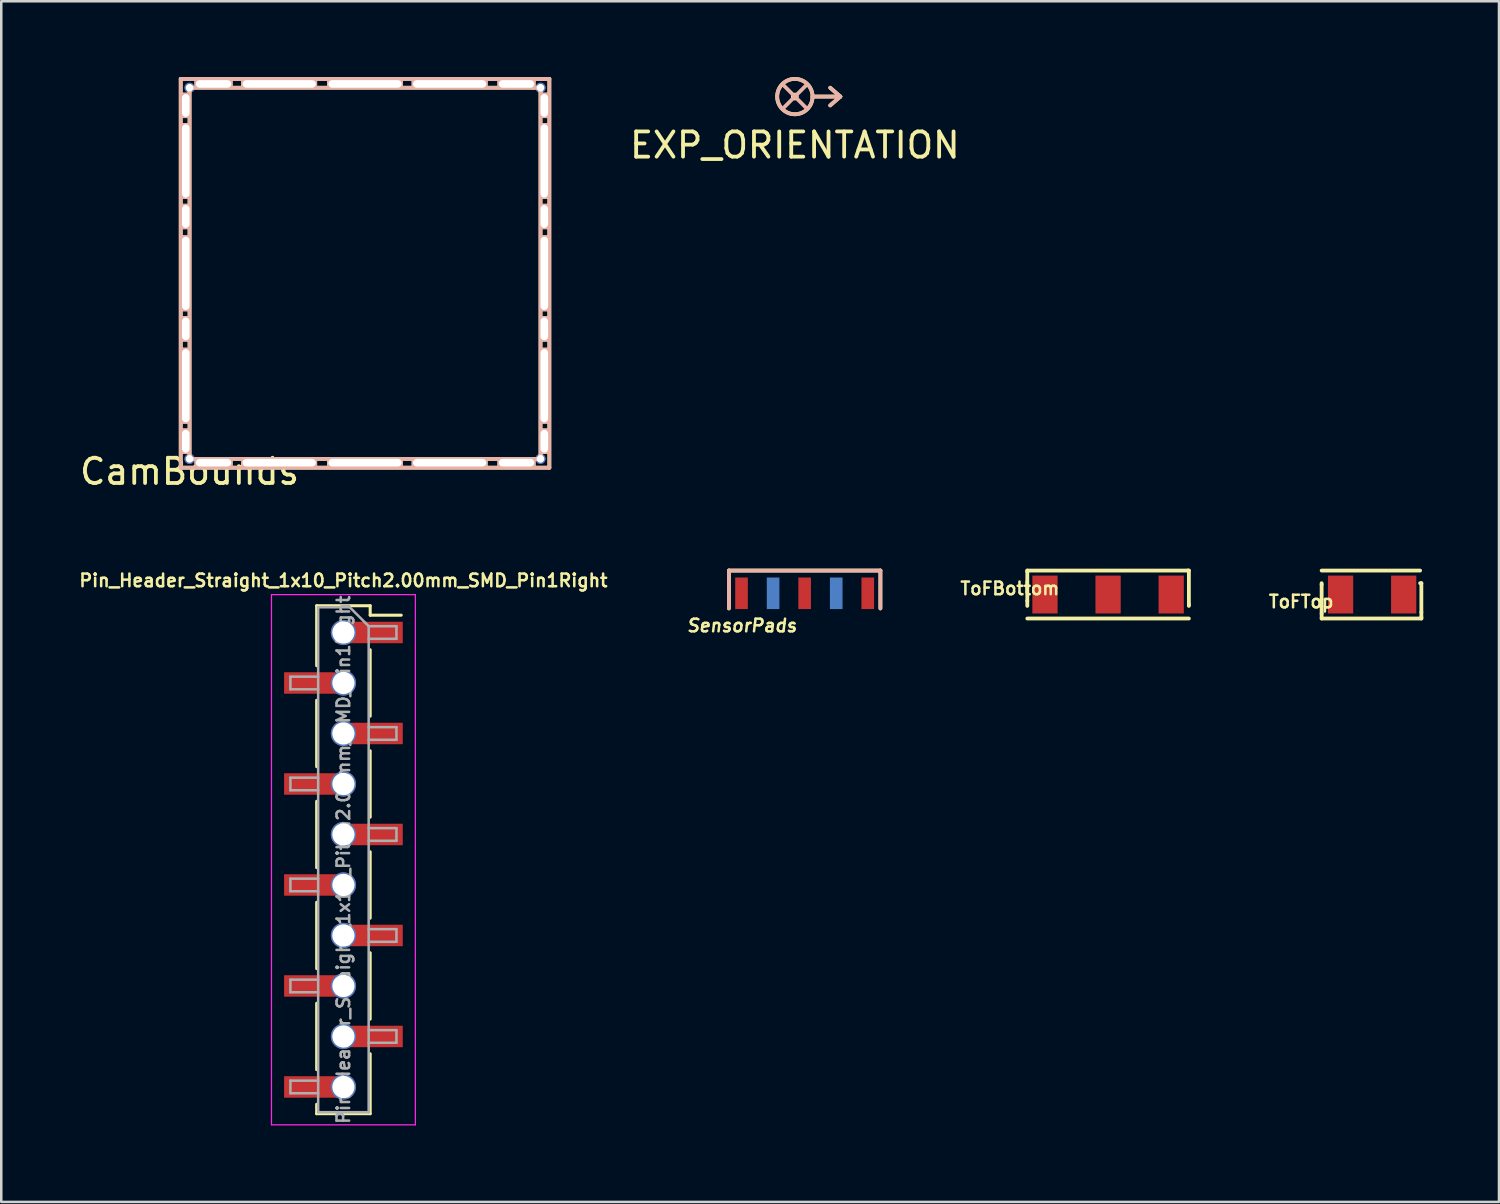
<source format=kicad_pcb>
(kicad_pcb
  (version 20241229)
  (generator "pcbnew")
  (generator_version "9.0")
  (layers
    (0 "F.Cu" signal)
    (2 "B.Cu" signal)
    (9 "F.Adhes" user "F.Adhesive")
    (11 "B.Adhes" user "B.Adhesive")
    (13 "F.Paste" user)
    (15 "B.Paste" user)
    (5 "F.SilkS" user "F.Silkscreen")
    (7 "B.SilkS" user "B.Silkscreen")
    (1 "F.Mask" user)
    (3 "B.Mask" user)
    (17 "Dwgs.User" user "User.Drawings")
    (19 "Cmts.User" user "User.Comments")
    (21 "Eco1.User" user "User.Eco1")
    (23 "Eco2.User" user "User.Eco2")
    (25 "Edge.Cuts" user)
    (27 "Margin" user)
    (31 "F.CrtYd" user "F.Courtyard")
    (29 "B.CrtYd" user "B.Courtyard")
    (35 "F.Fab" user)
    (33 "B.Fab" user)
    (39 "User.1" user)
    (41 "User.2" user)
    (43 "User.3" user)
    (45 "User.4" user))
  (footprint "CamBounds"
    (layer "F.Cu")
    (at 4.458 15.125)
    (property "Reference" "CamBounds" (at 0 0.5 0) (layer "F.SilkS") (effects (font (size 1 1) (thickness 0.15))))
    (attr through_hole)
    (fp_line (start -0.35 -15.05) (end 14.25 -15.05) (stroke (width 0.15) (type solid)) (layer "F.SilkS"))
    (fp_line (start -0.35 0.35) (end -0.35 -15.05) (stroke (width 0.15) (type solid)) (layer "F.SilkS"))
    (fp_line (start 0 -14.7) (end 13.6 -14.7) (stroke (width 0.15) (type solid)) (layer "F.SilkS"))
    (fp_line (start 0 0) (end 0 -14.7) (stroke (width 0.15) (type solid)) (layer "F.SilkS"))
    (fp_line (start 13.6 -14.7) (end 13.9 -14.7) (stroke (width 0.15) (type solid)) (layer "F.SilkS"))
    (fp_line (start 13.9 -14.7) (end 13.9 0) (stroke (width 0.15) (type solid)) (layer "F.SilkS"))
    (fp_line (start 13.9 0) (end 0 0) (stroke (width 0.15) (type solid)) (layer "F.SilkS"))
    (fp_line (start 14.25 -15.05) (end 14.25 0.35) (stroke (width 0.15) (type solid)) (layer "F.SilkS"))
    (fp_line (start 14.25 0.35) (end -0.35 0.35) (stroke (width 0.15) (type solid)) (layer "F.SilkS"))
    (fp_line (start -0.35 -15.05) (end -0.35 0.35) (stroke (width 0.15) (type solid)) (layer "B.SilkS"))
    (fp_line (start -0.35 0.35) (end 14.25 0.35) (stroke (width 0.15) (type solid)) (layer "B.SilkS"))
    (fp_line (start 0 -14.7) (end 13.9 -14.7) (stroke (width 0.15) (type solid)) (layer "B.SilkS"))
    (fp_line (start 0 0) (end 0 -14.7) (stroke (width 0.15) (type solid)) (layer "B.SilkS"))
    (fp_line (start 13.9 -14.7) (end 13.9 0) (stroke (width 0.15) (type solid)) (layer "B.SilkS"))
    (fp_line (start 13.9 0) (end 0 0) (stroke (width 0.15) (type solid)) (layer "B.SilkS"))
    (fp_line (start 14.25 -15.05) (end -0.35 -15.05) (stroke (width 0.15) (type solid)) (layer "B.SilkS"))
    (fp_line (start 14.25 0.35) (end 14.25 -15.05) (stroke (width 0.15) (type solid)) (layer "B.SilkS"))
    (pad "" thru_hole rect (at -0.15 -14) (size 0.4 1) (drill oval 0.3 0.9) (layers "*.Cu" "*.Paste" "*.SilkS" "*.Mask"))
    (pad "" thru_hole rect (at -0.15 -11.8) (size 0.4 3) (drill oval 0.3 2.9) (layers "*.Cu" "*.Paste" "*.SilkS" "*.Mask"))
    (pad "" thru_hole rect (at -0.15 -9.6) (size 0.4 1) (drill oval 0.3 0.9) (layers "*.Cu" "*.Paste" "*.SilkS" "*.Mask"))
    (pad "" thru_hole rect (at -0.15 -7.35) (size 0.4 3) (drill oval 0.3 2.9) (layers "*.Cu" "*.Paste" "*.SilkS" "*.Mask"))
    (pad "" thru_hole rect (at -0.15 -5.15) (size 0.4 1) (drill oval 0.3 0.9) (layers "*.Cu" "*.Paste" "*.SilkS" "*.Mask"))
    (pad "" thru_hole rect (at -0.15 -2.9) (size 0.4 3) (drill oval 0.3 2.9) (layers "*.Cu" "*.Paste" "*.SilkS" "*.Mask"))
    (pad "" thru_hole rect (at -0.15 -0.7) (size 0.4 1) (drill oval 0.3 0.9) (layers "*.Cu" "*.Paste" "*.SilkS" "*.Mask"))
    (pad "" thru_hole circle (at 0 -14.7) (size 0.4 0.4) (drill 0.3) (layers "*.Cu" "*.Mask"))
    (pad "" thru_hole circle (at 0 0) (size 0.4 0.4) (drill 0.3) (layers "*.Cu" "*.Mask"))
    (pad "" thru_hole rect (at 0.95 -14.85) (size 1.5 0.4) (drill oval 1.4 0.3) (layers "*.Cu" "*.Paste" "*.SilkS" "*.Mask"))
    (pad "" thru_hole rect (at 0.95 0.15) (size 1.5 0.4) (drill oval 1.4 0.3) (layers "*.Cu" "*.Paste" "*.SilkS" "*.Mask"))
    (pad "" thru_hole rect (at 3.55 -14.85) (size 3 0.4) (drill oval 2.9 0.3) (layers "*.Cu" "*.Paste" "*.SilkS" "*.Mask"))
    (pad "" thru_hole rect (at 3.55 0.15) (size 3 0.4) (drill oval 2.9 0.3) (layers "*.Cu" "*.Paste" "*.SilkS" "*.Mask"))
    (pad "" thru_hole rect (at 6.95 -14.85) (size 3 0.4) (drill oval 2.9 0.3) (layers "*.Cu" "*.Paste" "*.SilkS" "*.Mask"))
    (pad "" thru_hole rect (at 6.95 0.15) (size 3 0.4) (drill oval 2.9 0.3) (layers "*.Cu" "*.Paste" "*.SilkS" "*.Mask"))
    (pad "" thru_hole rect (at 10.3 -14.85) (size 3 0.4) (drill oval 2.9 0.3) (layers "*.Cu" "*.Paste" "*.SilkS" "*.Mask"))
    (pad "" thru_hole rect (at 10.3 0.15) (size 3 0.4) (drill oval 2.9 0.3) (layers "*.Cu" "*.Paste" "*.SilkS" "*.Mask"))
    (pad "" thru_hole rect (at 12.95 -14.85) (size 1.5 0.4) (drill oval 1.4 0.3) (layers "*.Cu" "*.Paste" "*.SilkS" "*.Mask"))
    (pad "" thru_hole rect (at 12.95 0.15) (size 1.5 0.4) (drill oval 1.4 0.3) (layers "*.Cu" "*.Paste" "*.SilkS" "*.Mask"))
    (pad "" thru_hole circle (at 13.9 -14.7) (size 0.4 0.4) (drill 0.3) (layers "*.Cu" "*.Mask"))
    (pad "" thru_hole circle (at 13.9 0) (size 0.4 0.4) (drill 0.3) (layers "*.Cu" "*.Mask"))
    (pad "" thru_hole rect (at 14.05 -14) (size 0.4 1) (drill oval 0.3 0.9) (layers "*.Cu" "*.Paste" "*.SilkS" "*.Mask"))
    (pad "" thru_hole rect (at 14.05 -11.8) (size 0.4 3) (drill oval 0.3 2.9) (layers "*.Cu" "*.Paste" "*.SilkS" "*.Mask"))
    (pad "" thru_hole rect (at 14.05 -9.6) (size 0.4 1) (drill oval 0.3 0.9) (layers "*.Cu" "*.Paste" "*.SilkS" "*.Mask"))
    (pad "" thru_hole rect (at 14.05 -7.35) (size 0.4 3) (drill oval 0.3 2.9) (layers "*.Cu" "*.Paste" "*.SilkS" "*.Mask"))
    (pad "" thru_hole rect (at 14.05 -5.15) (size 0.4 1) (drill oval 0.3 0.9) (layers "*.Cu" "*.Paste" "*.SilkS" "*.Mask"))
    (pad "" thru_hole rect (at 14.05 -2.9) (size 0.4 3) (drill oval 0.3 2.9) (layers "*.Cu" "*.Paste" "*.SilkS" "*.Mask"))
    (pad "" thru_hole rect (at 14.05 -0.7) (size 0.4 1) (drill oval 0.3 0.9) (layers "*.Cu" "*.Paste" "*.SilkS" "*.Mask")))
  (footprint "ToFTop"
    (layer "F.Cu")
    (at 51.296 20.748)
    (property "Reference" "ToFTop" (at -2.81 0.03 0) (layer "F.SilkS") (effects (font (size 0.5 0.5) (thickness 0.1))))
    (attr through_hole)
    (fp_line (start -2 -1.2) (end 1.9 -1.2) (stroke (width 0.15) (type solid)) (layer "F.SilkS"))
    (fp_line (start -2 -0.65) (end -2 -0.7) (stroke (width 0.15) (type solid)) (layer "F.SilkS"))
    (fp_line (start -2 0.5) (end -2 -0.65) (stroke (width 0.15) (type solid)) (layer "F.SilkS"))
    (fp_line (start -2 0.7) (end -2 0.5) (stroke (width 0.15) (type solid)) (layer "F.SilkS"))
    (fp_line (start 1.9 -0.7) (end 1.95 -0.7) (stroke (width 0.15) (type solid)) (layer "F.SilkS"))
    (fp_line (start 1.95 -0.7) (end 1.95 0.45) (stroke (width 0.15) (type solid)) (layer "F.SilkS"))
    (fp_line (start 1.95 0.45) (end 1.95 0.65) (stroke (width 0.15) (type solid)) (layer "F.SilkS"))
    (fp_line (start 1.95 0.65) (end 1.95 0.7) (stroke (width 0.15) (type solid)) (layer "F.SilkS"))
    (fp_line (start 1.95 0.7) (end -2 0.7) (stroke (width 0.15) (type solid)) (layer "F.SilkS"))
    (pad "1" smd rect (at -1.25 -0.25) (size 1 1.5) (layers "F.Cu" "F.Mask" "F.Paste"))
    (pad "2" smd rect (at 1.25 -0.25) (size 1 1.5) (layers "F.Cu" "F.Mask" "F.Paste")))
  (footprint "EXP_ORIENTATION"
    (layer "F.Cu")
    (at 28.432 0.775)
    (property "Reference" "EXP_ORIENTATION" (at 0 1.925 0) (layer "F.SilkS") (effects (font (size 1 1) (thickness 0.15))))
    (attr through_hole)
    (fp_line (start 0.7 0) (end 1.8 0) (stroke (width 0.15) (type solid)) (layer "F.SilkS"))
    (fp_line (start 1.8 0) (end 1.4 -0.35) (stroke (width 0.15) (type solid)) (layer "F.SilkS"))
    (fp_line (start 1.8 0) (end 1.4 0.35) (stroke (width 0.15) (type solid)) (layer "F.SilkS"))
    (fp_circle (center 0 0) (end 0.075 0.025) (stroke (width 0.15) (type solid)) (fill no) (layer "F.SilkS"))
    (fp_circle (center 0 0) (end 0.7 0.025) (stroke (width 0.15) (type solid)) (fill no) (layer "F.SilkS"))
    (fp_line (start 0 0) (end -0.475 -0.475) (stroke (width 0.15) (type solid)) (layer "B.SilkS"))
    (fp_line (start 0 0) (end -0.475 0.475) (stroke (width 0.15) (type solid)) (layer "B.SilkS"))
    (fp_line (start 0 0) (end 0.475 -0.475) (stroke (width 0.15) (type solid)) (layer "B.SilkS"))
    (fp_line (start 0 0) (end 0.475 0.475) (stroke (width 0.15) (type solid)) (layer "B.SilkS"))
    (fp_line (start 0.7 0) (end 1.8 0) (stroke (width 0.15) (type solid)) (layer "B.SilkS"))
    (fp_line (start 1.8 0) (end 1.4 -0.35) (stroke (width 0.15) (type solid)) (layer "B.SilkS"))
    (fp_line (start 1.8 0) (end 1.4 0.35) (stroke (width 0.15) (type solid)) (layer "B.SilkS"))
    (fp_circle (center 0 0) (end 0.7 0.025) (stroke (width 0.15) (type solid)) (fill no) (layer "B.SilkS")))
  (footprint "Pin_Header_Straight_1x10_Pitch2.00mm_SMD_Pin1Right"
    (layer "F.Cu")
    (at 10.552 31.001)
    (property "Reference" "Pin_Header_Straight_1x10_Pitch2.00mm_SMD_Pin1Right" (at 0 -11.06 0) (layer "F.SilkS") (effects (font (size 0.5 0.5) (thickness 0.1))))
    (attr smd)
    (fp_line (start -1.06 -10.06) (end -1.06 -7.685) (stroke (width 0.12) (type solid)) (layer "F.SilkS"))
    (fp_line (start -1.06 -10.06) (end 1.06 -10.06) (stroke (width 0.12) (type solid)) (layer "F.SilkS"))
    (fp_line (start -1.06 -6.315) (end -1.06 -3.685) (stroke (width 0.12) (type solid)) (layer "F.SilkS"))
    (fp_line (start -1.06 -2.315) (end -1.06 0.315) (stroke (width 0.12) (type solid)) (layer "F.SilkS"))
    (fp_line (start -1.06 1.685) (end -1.06 4.315) (stroke (width 0.12) (type solid)) (layer "F.SilkS"))
    (fp_line (start -1.06 5.685) (end -1.06 8.315) (stroke (width 0.12) (type solid)) (layer "F.SilkS"))
    (fp_line (start -1.06 9.685) (end -1.06 10.06) (stroke (width 0.12) (type solid)) (layer "F.SilkS"))
    (fp_line (start -1.06 10.06) (end 1.06 10.06) (stroke (width 0.12) (type solid)) (layer "F.SilkS"))
    (fp_line (start 1.06 -10.06) (end 1.06 -9.685) (stroke (width 0.12) (type solid)) (layer "F.SilkS"))
    (fp_line (start 1.06 -9.685) (end 2.29 -9.685) (stroke (width 0.12) (type solid)) (layer "F.SilkS"))
    (fp_line (start 1.06 -8.315) (end 1.06 -5.685) (stroke (width 0.12) (type solid)) (layer "F.SilkS"))
    (fp_line (start 1.06 -4.315) (end 1.06 -1.685) (stroke (width 0.12) (type solid)) (layer "F.SilkS"))
    (fp_line (start 1.06 -0.315) (end 1.06 2.315) (stroke (width 0.12) (type solid)) (layer "F.SilkS"))
    (fp_line (start 1.06 3.685) (end 1.06 6.315) (stroke (width 0.12) (type solid)) (layer "F.SilkS"))
    (fp_line (start 1.06 7.685) (end 1.06 10.06) (stroke (width 0.12) (type solid)) (layer "F.SilkS"))
    (fp_line (start -2.85 -10.5) (end -2.85 10.5) (stroke (width 0.05) (type solid)) (layer "F.CrtYd"))
    (fp_line (start -2.85 10.5) (end 2.85 10.5) (stroke (width 0.05) (type solid)) (layer "F.CrtYd"))
    (fp_line (start 2.85 -10.5) (end -2.85 -10.5) (stroke (width 0.05) (type solid)) (layer "F.CrtYd"))
    (fp_line (start 2.85 10.5) (end 2.85 -10.5) (stroke (width 0.05) (type solid)) (layer "F.CrtYd"))
    (fp_line (start -2.1 -7.25) (end -2.1 -6.75) (stroke (width 0.1) (type solid)) (layer "F.Fab"))
    (fp_line (start -2.1 -6.75) (end -1 -6.75) (stroke (width 0.1) (type solid)) (layer "F.Fab"))
    (fp_line (start -2.1 -3.25) (end -2.1 -2.75) (stroke (width 0.1) (type solid)) (layer "F.Fab"))
    (fp_line (start -2.1 -2.75) (end -1 -2.75) (stroke (width 0.1) (type solid)) (layer "F.Fab"))
    (fp_line (start -2.1 0.75) (end -2.1 1.25) (stroke (width 0.1) (type solid)) (layer "F.Fab"))
    (fp_line (start -2.1 1.25) (end -1 1.25) (stroke (width 0.1) (type solid)) (layer "F.Fab"))
    (fp_line (start -2.1 4.75) (end -2.1 5.25) (stroke (width 0.1) (type solid)) (layer "F.Fab"))
    (fp_line (start -2.1 5.25) (end -1 5.25) (stroke (width 0.1) (type solid)) (layer "F.Fab"))
    (fp_line (start -2.1 8.75) (end -2.1 9.25) (stroke (width 0.1) (type solid)) (layer "F.Fab"))
    (fp_line (start -2.1 9.25) (end -1 9.25) (stroke (width 0.1) (type solid)) (layer "F.Fab"))
    (fp_line (start -1 -10) (end -1 10) (stroke (width 0.1) (type solid)) (layer "F.Fab"))
    (fp_line (start -1 -10) (end 0.25 -10) (stroke (width 0.1) (type solid)) (layer "F.Fab"))
    (fp_line (start -1 -7.25) (end -2.1 -7.25) (stroke (width 0.1) (type solid)) (layer "F.Fab"))
    (fp_line (start -1 -3.25) (end -2.1 -3.25) (stroke (width 0.1) (type solid)) (layer "F.Fab"))
    (fp_line (start -1 0.75) (end -2.1 0.75) (stroke (width 0.1) (type solid)) (layer "F.Fab"))
    (fp_line (start -1 4.75) (end -2.1 4.75) (stroke (width 0.1) (type solid)) (layer "F.Fab"))
    (fp_line (start -1 8.75) (end -2.1 8.75) (stroke (width 0.1) (type solid)) (layer "F.Fab"))
    (fp_line (start 1 -9.25) (end 0.25 -10) (stroke (width 0.1) (type solid)) (layer "F.Fab"))
    (fp_line (start 1 -9.25) (end 2.1 -9.25) (stroke (width 0.1) (type solid)) (layer "F.Fab"))
    (fp_line (start 1 -5.25) (end 2.1 -5.25) (stroke (width 0.1) (type solid)) (layer "F.Fab"))
    (fp_line (start 1 -1.25) (end 2.1 -1.25) (stroke (width 0.1) (type solid)) (layer "F.Fab"))
    (fp_line (start 1 2.75) (end 2.1 2.75) (stroke (width 0.1) (type solid)) (layer "F.Fab"))
    (fp_line (start 1 6.75) (end 2.1 6.75) (stroke (width 0.1) (type solid)) (layer "F.Fab"))
    (fp_line (start 1 10) (end -1 10) (stroke (width 0.1) (type solid)) (layer "F.Fab"))
    (fp_line (start 1 10) (end 1 -9.25) (stroke (width 0.1) (type solid)) (layer "F.Fab"))
    (fp_line (start 2.1 -9.25) (end 2.1 -8.75) (stroke (width 0.1) (type solid)) (layer "F.Fab"))
    (fp_line (start 2.1 -8.75) (end 1 -8.75) (stroke (width 0.1) (type solid)) (layer "F.Fab"))
    (fp_line (start 2.1 -5.25) (end 2.1 -4.75) (stroke (width 0.1) (type solid)) (layer "F.Fab"))
    (fp_line (start 2.1 -4.75) (end 1 -4.75) (stroke (width 0.1) (type solid)) (layer "F.Fab"))
    (fp_line (start 2.1 -1.25) (end 2.1 -0.75) (stroke (width 0.1) (type solid)) (layer "F.Fab"))
    (fp_line (start 2.1 -0.75) (end 1 -0.75) (stroke (width 0.1) (type solid)) (layer "F.Fab"))
    (fp_line (start 2.1 2.75) (end 2.1 3.25) (stroke (width 0.1) (type solid)) (layer "F.Fab"))
    (fp_line (start 2.1 3.25) (end 1 3.25) (stroke (width 0.1) (type solid)) (layer "F.Fab"))
    (fp_line (start 2.1 6.75) (end 2.1 7.25) (stroke (width 0.1) (type solid)) (layer "F.Fab"))
    (fp_line (start 2.1 7.25) (end 1 7.25) (stroke (width 0.1) (type solid)) (layer "F.Fab"))
    (fp_text user "${REFERENCE}" (at 0 0 90) (layer "F.Fab") (effects (font (size 0.5 0.5) (thickness 0.1))))
    (pad "1" thru_hole circle (at 0 -9) (size 1 1) (drill 0.88) (layers "*.Cu" "*.Mask"))
    (pad "1" smd rect (at 1.175 -9) (size 2.35 0.85) (layers "F.Cu" "F.Mask" "F.Paste"))
    (pad "2" smd rect (at -1.175 -7) (size 2.35 0.85) (layers "F.Cu" "F.Mask" "F.Paste"))
    (pad "2" thru_hole circle (at 0 -7) (size 1 1) (drill 0.88) (layers "*.Cu" "*.Mask"))
    (pad "3" thru_hole circle (at 0 -5) (size 1 1) (drill 0.88) (layers "*.Cu" "*.Mask"))
    (pad "3" smd rect (at 1.175 -5) (size 2.35 0.85) (layers "F.Cu" "F.Mask" "F.Paste"))
    (pad "4" smd rect (at -1.175 -3) (size 2.35 0.85) (layers "F.Cu" "F.Mask" "F.Paste"))
    (pad "4" thru_hole circle (at 0 -3) (size 1 1) (drill 0.88) (layers "*.Cu" "*.Mask"))
    (pad "5" thru_hole circle (at 0 -1) (size 1 1) (drill 0.88) (layers "*.Cu" "*.Mask"))
    (pad "5" smd rect (at 1.175 -1) (size 2.35 0.85) (layers "F.Cu" "F.Mask" "F.Paste"))
    (pad "6" smd rect (at -1.175 1) (size 2.35 0.85) (layers "F.Cu" "F.Mask" "F.Paste"))
    (pad "6" thru_hole circle (at 0 1) (size 1 1) (drill 0.88) (layers "*.Cu" "*.Mask"))
    (pad "7" thru_hole circle (at 0 3) (size 1 1) (drill 0.88) (layers "*.Cu" "*.Mask"))
    (pad "7" smd rect (at 1.175 3) (size 2.35 0.85) (layers "F.Cu" "F.Mask" "F.Paste"))
    (pad "8" smd rect (at -1.175 5) (size 2.35 0.85) (layers "F.Cu" "F.Mask" "F.Paste"))
    (pad "8" thru_hole circle (at 0 5) (size 1 1) (drill 0.88) (layers "*.Cu" "*.Mask"))
    (pad "9" thru_hole circle (at 0 7) (size 1 1) (drill 0.88) (layers "*.Cu" "*.Mask"))
    (pad "9" smd rect (at 1.175 7) (size 2.35 0.85) (layers "F.Cu" "F.Mask" "F.Paste"))
    (pad "10" smd rect (at -1.175 9) (size 2.35 0.85) (layers "F.Cu" "F.Mask" "F.Paste"))
    (pad "10" thru_hole circle (at 0 9) (size 1 1) (drill 0.88) (layers "*.Cu" "*.Mask")))
  (footprint "SensorPads"
    (layer "F.Cu")
    (at 28.82 20.448)
    (property "Reference" "SensorPads" (at -2.48 1.28 0) (layer "F.SilkS") (effects (font (size 0.5 0.5) (thickness 0.1) (italic yes))))
    (attr through_hole)
    (fp_line (start -3 -0.9) (end -3 0.6) (stroke (width 0.15) (type solid)) (layer "F.SilkS"))
    (fp_line (start 3 -0.9) (end -3 -0.9) (stroke (width 0.15) (type solid)) (layer "F.SilkS"))
    (fp_line (start 3 0.6) (end 3 -0.9) (stroke (width 0.15) (type solid)) (layer "F.SilkS"))
    (fp_line (start -3 -0.9) (end 3 -0.9) (stroke (width 0.15) (type solid)) (layer "B.SilkS"))
    (fp_line (start -3 0.6) (end -3 -0.9) (stroke (width 0.15) (type solid)) (layer "B.SilkS"))
    (fp_line (start 3 -0.9) (end 3 0.6) (stroke (width 0.15) (type solid)) (layer "B.SilkS"))
    (pad "1" smd rect (at -2.5 0) (size 0.5 1.25) (layers "F.Cu" "F.Mask" "F.Paste"))
    (pad "2" smd rect (at -1.25 0) (size 0.5 1.25) (layers "B.Cu" "B.Mask" "B.Paste"))
    (pad "3" smd rect (at 0 0) (size 0.5 1.25) (layers "F.Cu" "F.Mask" "F.Paste"))
    (pad "4" smd rect (at 1.25 0) (size 0.5 1.25) (layers "B.Cu" "B.Mask" "B.Paste"))
    (pad "5" smd rect (at 2.5 0) (size 0.5 1.25) (layers "F.Cu" "F.Mask" "F.Paste")))
  (footprint "ToFBottom"
    (layer "F.Cu")
    (at 40.838 20.248)
    (property "Reference" "ToFBottom" (at -3.89 0.01 0) (layer "F.SilkS") (effects (font (size 0.5 0.5) (thickness 0.1))))
    (attr through_hole)
    (fp_line (start -3.2 -0.7) (end 3.15 -0.7) (stroke (width 0.15) (type solid)) (layer "F.SilkS"))
    (fp_line (start -3.2 -0.65) (end -3.2 -0.7) (stroke (width 0.15) (type solid)) (layer "F.SilkS"))
    (fp_line (start -3.2 0.5) (end -3.2 -0.65) (stroke (width 0.15) (type solid)) (layer "F.SilkS"))
    (fp_line (start -3.2 0.7) (end -3.2 0.5) (stroke (width 0.15) (type solid)) (layer "F.SilkS"))
    (fp_line (start 3.15 -0.7) (end 3.2 -0.7) (stroke (width 0.15) (type solid)) (layer "F.SilkS"))
    (fp_line (start 3.2 -0.7) (end 3.2 0.65) (stroke (width 0.15) (type solid)) (layer "F.SilkS"))
    (fp_line (start 3.2 0.65) (end 3.2 0.7) (stroke (width 0.15) (type solid)) (layer "F.SilkS"))
    (fp_line (start 3.2 1.2) (end -3.2 1.2) (stroke (width 0.15) (type solid)) (layer "F.SilkS"))
    (pad "1" smd rect (at -2.5 0.25) (size 1 1.5) (layers "F.Cu" "F.Mask" "F.Paste"))
    (pad "2" smd rect (at 0 0.25) (size 1 1.5) (layers "F.Cu" "F.Mask" "F.Paste"))
    (pad "3" smd rect (at 2.5 0.25) (size 1 1.5) (layers "F.Cu" "F.Mask" "F.Paste")))
  (gr_rect
    (start -3 -3)
    (end 56.321 44.554)
    (stroke (width 0.1) (type default))
    (fill no)
    (layer "Edge.Cuts")))
</source>
